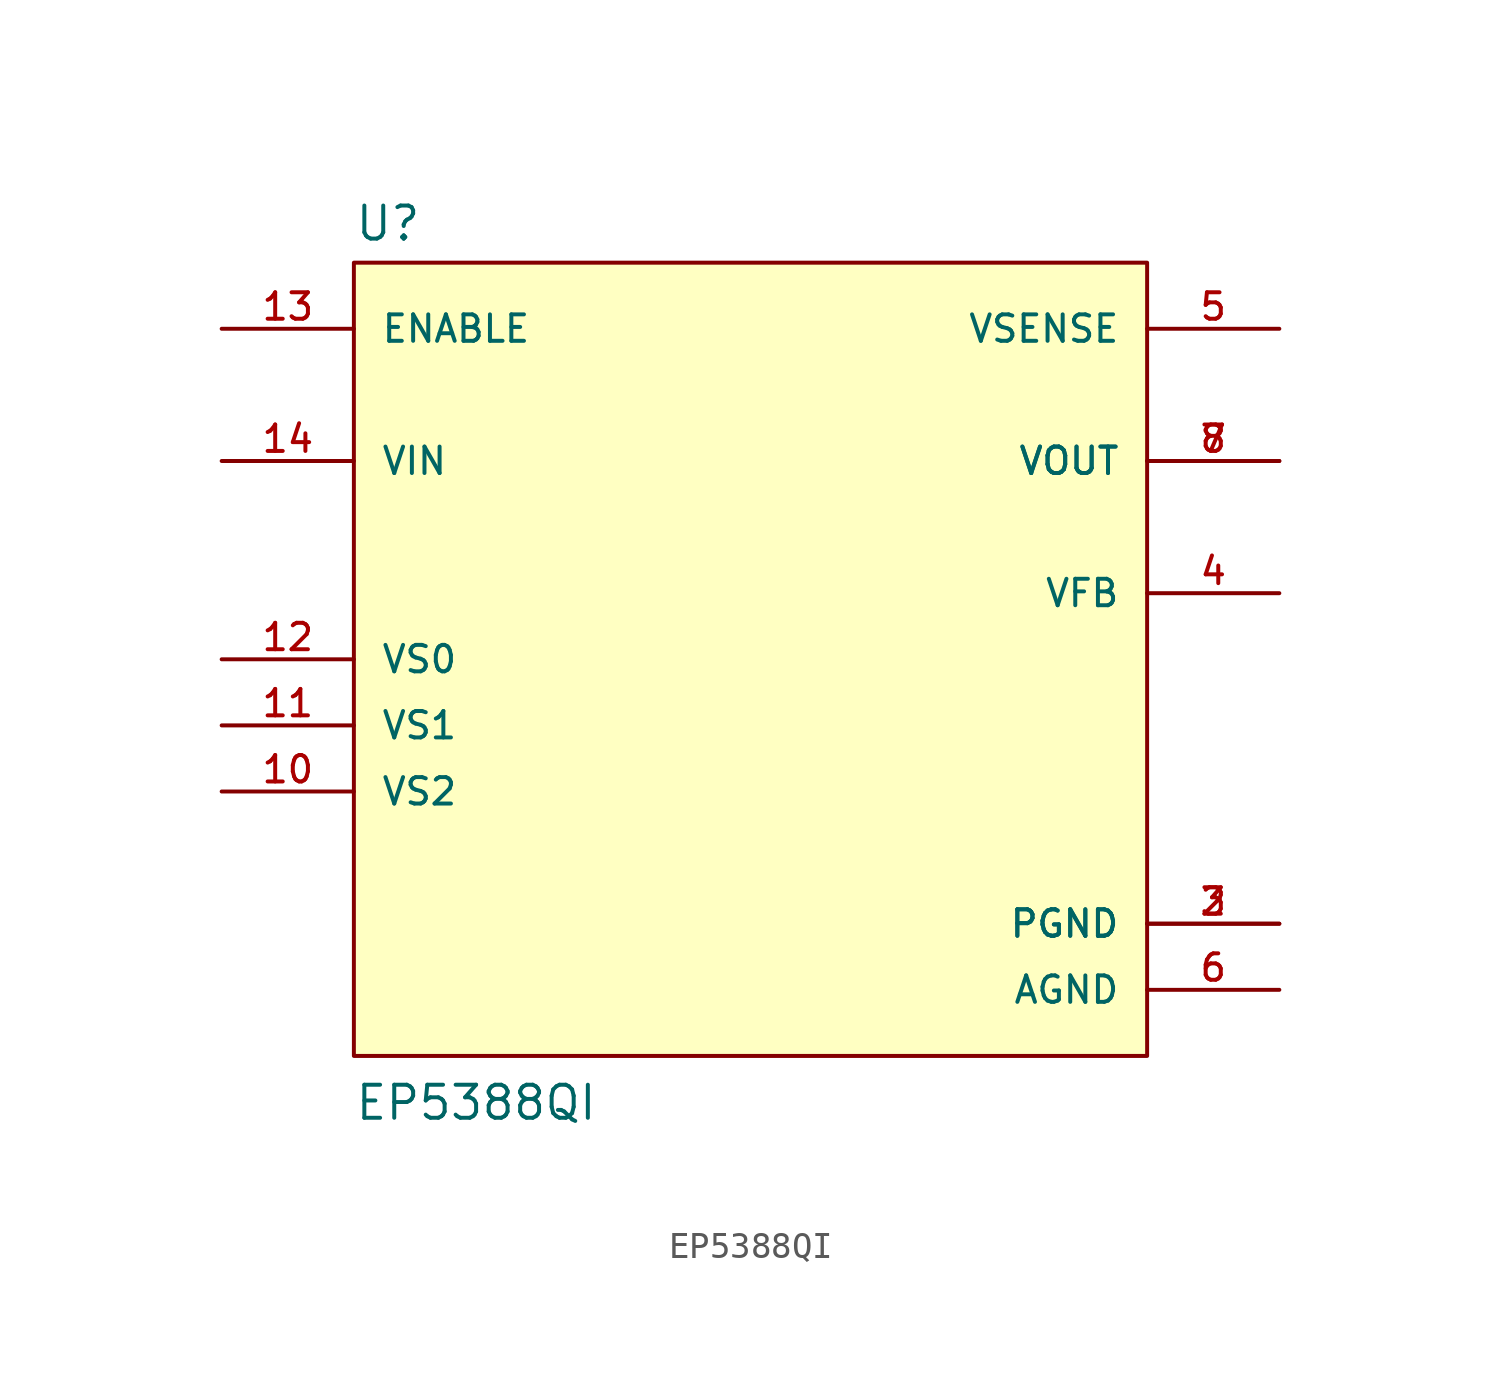
<source format=kicad_sym>
(kicad_symbol_lib
  (version 20211014)
  (generator kicad_symbol_editor)
  (symbol "EP5388QI"
    (pin_names
      (offset 1.016))
    (property "Reference" "U"
      (at -15.24 16.002 0)
      (effects (font (size 1.27 1.27)) (justify bottom left)))
    (property "Value" "EP5388QI"
      (at -15.24 -17.78 0)
      (effects (font (size 1.27 1.27)) (justify bottom left)))
    (symbol "EP5388QI_0_0"
      (rectangle (start -15.24 -15.24) (end 15.24 15.24) (stroke (width 0.152)) (fill (type background)))
      (pin power_in line (at 20.32 -10.16 180.0) (length 5.08) (name "PGND" (effects (font (size 1.016 1.016)))) (number "2" (effects (font (size 1.016 1.016)))))
      (pin power_in line (at 20.32 -10.16 180.0) (length 5.08) (name "PGND" (effects (font (size 1.016 1.016)))) (number "3" (effects (font (size 1.016 1.016)))))
      (pin input line (at 20.32 2.54 180.0) (length 5.08) (name "VFB" (effects (font (size 1.016 1.016)))) (number "4" (effects (font (size 1.016 1.016)))))
      (pin input line (at 20.32 12.7 180.0) (length 5.08) (name "VSENSE" (effects (font (size 1.016 1.016)))) (number "5" (effects (font (size 1.016 1.016)))))
      (pin power_in line (at 20.32 -12.7 180.0) (length 5.08) (name "AGND" (effects (font (size 1.016 1.016)))) (number "6" (effects (font (size 1.016 1.016)))))
      (pin output line (at 20.32 7.62 180.0) (length 5.08) (name "VOUT" (effects (font (size 1.016 1.016)))) (number "7" (effects (font (size 1.016 1.016)))))
      (pin output line (at 20.32 7.62 180.0) (length 5.08) (name "VOUT" (effects (font (size 1.016 1.016)))) (number "8" (effects (font (size 1.016 1.016)))))
      (pin input line (at -20.32 0.0 0) (length 5.08) (name "VS0" (effects (font (size 1.016 1.016)))) (number "12" (effects (font (size 1.016 1.016)))))
      (pin input line (at -20.32 -2.54 0) (length 5.08) (name "VS1" (effects (font (size 1.016 1.016)))) (number "11" (effects (font (size 1.016 1.016)))))
      (pin input line (at -20.32 -5.08 0) (length 5.08) (name "VS2" (effects (font (size 1.016 1.016)))) (number "10" (effects (font (size 1.016 1.016)))))
      (pin input line (at -20.32 12.7 0) (length 5.08) (name "ENABLE" (effects (font (size 1.016 1.016)))) (number "13" (effects (font (size 1.016 1.016)))))
      (pin input line (at -20.32 7.62 0) (length 5.08) (name "VIN" (effects (font (size 1.016 1.016)))) (number "14" (effects (font (size 1.016 1.016))))))))
</source>
